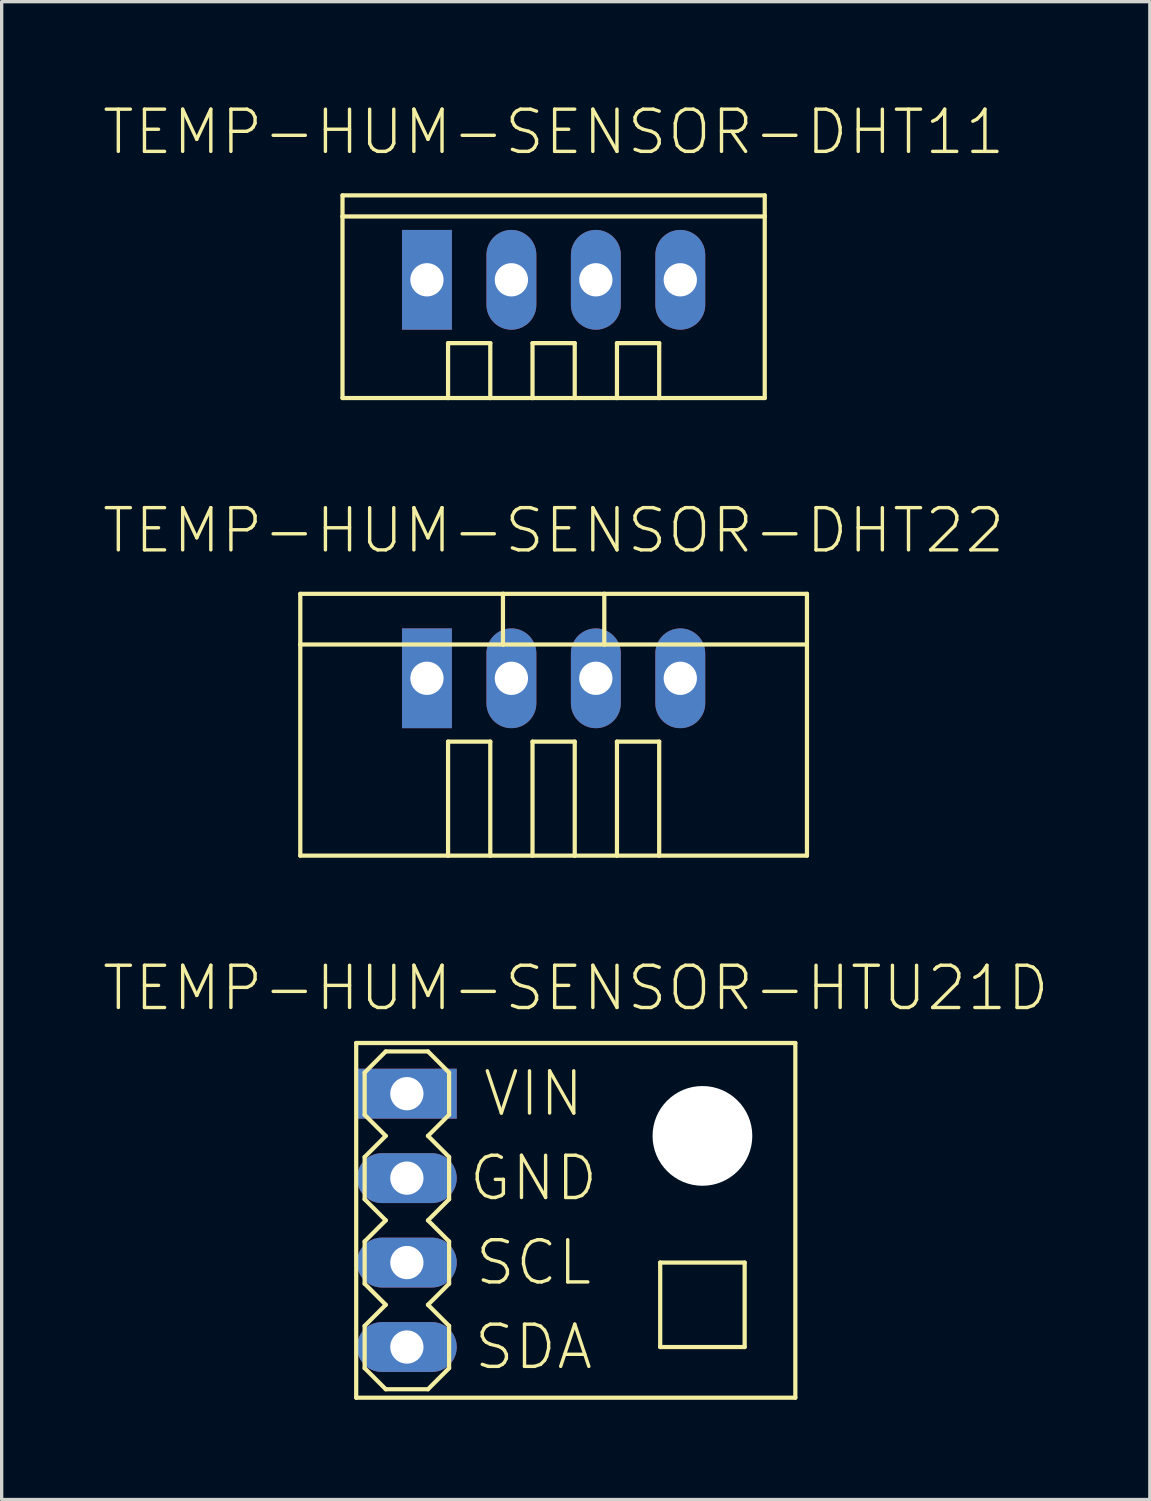
<source format=kicad_pcb>
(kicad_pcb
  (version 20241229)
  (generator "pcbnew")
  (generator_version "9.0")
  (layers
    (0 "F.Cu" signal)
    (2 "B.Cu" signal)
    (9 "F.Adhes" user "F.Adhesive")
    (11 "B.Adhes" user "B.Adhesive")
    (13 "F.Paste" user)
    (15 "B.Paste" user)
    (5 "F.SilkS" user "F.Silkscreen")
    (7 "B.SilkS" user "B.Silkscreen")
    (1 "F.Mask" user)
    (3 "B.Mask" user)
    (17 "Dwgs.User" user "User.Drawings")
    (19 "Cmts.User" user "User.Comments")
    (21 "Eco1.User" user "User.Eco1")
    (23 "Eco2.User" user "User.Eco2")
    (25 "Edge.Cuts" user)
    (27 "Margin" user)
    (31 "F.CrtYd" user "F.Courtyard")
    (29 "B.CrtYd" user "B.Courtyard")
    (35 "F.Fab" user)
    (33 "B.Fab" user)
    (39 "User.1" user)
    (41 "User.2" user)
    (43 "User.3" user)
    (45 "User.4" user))
  (footprint "TEMP-HUM-SENSOR-HTU21D"
    (layer "F.Cu")
    (at 14.268 33.656)
    (property "Reference" "TEMP-HUM-SENSOR-HTU21D" (at 0 -6.985 0) (layer "F.SilkS") (effects (font (size 1.27 1.27) (thickness 0.102))))
    (attr exclude_from_pos_files exclude_from_bom)
    (fp_line (start -6.604 -5.334) (end 6.604 -5.334) (stroke (width 0.127) (type solid)) (layer "F.SilkS"))
    (fp_line (start -6.604 5.334) (end -6.604 -5.334) (stroke (width 0.127) (type solid)) (layer "F.SilkS"))
    (fp_line (start -6.35 -4.445) (end -6.35 -3.175) (stroke (width 0.127) (type solid)) (layer "F.SilkS"))
    (fp_line (start -6.35 -4.445) (end -5.715 -5.08) (stroke (width 0.127) (type solid)) (layer "F.SilkS"))
    (fp_line (start -6.35 -3.175) (end -5.715 -2.54) (stroke (width 0.127) (type solid)) (layer "F.SilkS"))
    (fp_line (start -6.35 -1.905) (end -6.35 -0.635) (stroke (width 0.127) (type solid)) (layer "F.SilkS"))
    (fp_line (start -6.35 -0.635) (end -5.715 0) (stroke (width 0.127) (type solid)) (layer "F.SilkS"))
    (fp_line (start -6.35 0.635) (end -6.35 1.905) (stroke (width 0.127) (type solid)) (layer "F.SilkS"))
    (fp_line (start -6.35 1.905) (end -5.715 2.54) (stroke (width 0.127) (type solid)) (layer "F.SilkS"))
    (fp_line (start -6.35 3.175) (end -6.35 4.445) (stroke (width 0.127) (type solid)) (layer "F.SilkS"))
    (fp_line (start -6.35 4.445) (end -5.715 5.08) (stroke (width 0.127) (type solid)) (layer "F.SilkS"))
    (fp_line (start -5.715 -5.08) (end -4.445 -5.08) (stroke (width 0.127) (type solid)) (layer "F.SilkS"))
    (fp_line (start -5.715 -2.54) (end -6.35 -1.905) (stroke (width 0.127) (type solid)) (layer "F.SilkS"))
    (fp_line (start -5.715 0) (end -6.35 0.635) (stroke (width 0.127) (type solid)) (layer "F.SilkS"))
    (fp_line (start -5.715 2.54) (end -6.35 3.175) (stroke (width 0.127) (type solid)) (layer "F.SilkS"))
    (fp_line (start -5.715 5.08) (end -4.445 5.08) (stroke (width 0.127) (type solid)) (layer "F.SilkS"))
    (fp_line (start -4.445 -5.08) (end -3.81 -4.445) (stroke (width 0.127) (type solid)) (layer "F.SilkS"))
    (fp_line (start -4.445 -2.54) (end -3.81 -1.905) (stroke (width 0.127) (type solid)) (layer "F.SilkS"))
    (fp_line (start -4.445 0) (end -3.81 0.635) (stroke (width 0.127) (type solid)) (layer "F.SilkS"))
    (fp_line (start -4.445 2.54) (end -3.81 3.175) (stroke (width 0.127) (type solid)) (layer "F.SilkS"))
    (fp_line (start -3.81 -4.445) (end -3.81 -3.175) (stroke (width 0.127) (type solid)) (layer "F.SilkS"))
    (fp_line (start -3.81 -3.175) (end -4.445 -2.54) (stroke (width 0.127) (type solid)) (layer "F.SilkS"))
    (fp_line (start -3.81 -1.905) (end -3.81 -0.635) (stroke (width 0.127) (type solid)) (layer "F.SilkS"))
    (fp_line (start -3.81 -0.635) (end -4.445 0) (stroke (width 0.127) (type solid)) (layer "F.SilkS"))
    (fp_line (start -3.81 0.635) (end -3.81 1.905) (stroke (width 0.127) (type solid)) (layer "F.SilkS"))
    (fp_line (start -3.81 1.905) (end -4.445 2.54) (stroke (width 0.127) (type solid)) (layer "F.SilkS"))
    (fp_line (start -3.81 3.175) (end -3.81 4.445) (stroke (width 0.127) (type solid)) (layer "F.SilkS"))
    (fp_line (start -3.81 4.445) (end -4.445 5.08) (stroke (width 0.127) (type solid)) (layer "F.SilkS"))
    (fp_line (start 2.54 1.27) (end 5.08 1.27) (stroke (width 0.127) (type solid)) (layer "F.SilkS"))
    (fp_line (start 2.54 3.81) (end 2.54 1.27) (stroke (width 0.127) (type solid)) (layer "F.SilkS"))
    (fp_line (start 5.08 1.27) (end 5.08 3.81) (stroke (width 0.127) (type solid)) (layer "F.SilkS"))
    (fp_line (start 5.08 3.81) (end 2.54 3.81) (stroke (width 0.127) (type solid)) (layer "F.SilkS"))
    (fp_line (start 6.604 -5.334) (end 6.604 5.334) (stroke (width 0.127) (type solid)) (layer "F.SilkS"))
    (fp_line (start 6.604 5.334) (end -6.604 5.334) (stroke (width 0.127) (type solid)) (layer "F.SilkS"))
    (fp_text user "SDA" (at -1.27 3.81 0) (layer "F.SilkS") (effects (font (size 1.27 1.27) (thickness 0.102))))
    (fp_text user "SCL" (at -1.27 1.27 0) (layer "F.SilkS") (effects (font (size 1.27 1.27) (thickness 0.102))))
    (fp_text user "VIN" (at -1.27 -3.81 0) (layer "F.SilkS") (effects (font (size 1.27 1.27) (thickness 0.102))))
    (fp_text user "GND" (at -1.27 -1.27 0) (layer "F.SilkS") (effects (font (size 1.27 1.27) (thickness 0.102))))
    (pad "" np_thru_hole circle (at 3.81 -2.54) (size 3 3) (drill 3) (layers "*.Cu" "*.Mask"))
    (pad "1" thru_hole rect (at -5.08 -3.81) (size 3 1.5) (drill 1) (layers "*.Cu" "*.Mask"))
    (pad "2" thru_hole oval (at -5.08 -1.27) (size 3 1.5) (drill 1) (layers "*.Cu" "*.Mask"))
    (pad "3" thru_hole oval (at -5.08 1.27) (size 3 1.5) (drill 1) (layers "*.Cu" "*.Mask"))
    (pad "4" thru_hole oval (at -5.08 3.81) (size 3 1.5) (drill 1) (layers "*.Cu" "*.Mask")))
  (footprint "TEMP-HUM-SENSOR-DHT11"
    (layer "F.Cu")
    (at 13.602 5.366)
    (property "Reference" "TEMP-HUM-SENSOR-DHT11" (at 0 -4.445 0) (layer "F.SilkS") (effects (font (size 1.27 1.27) (thickness 0.102))))
    (attr through_hole exclude_from_pos_files exclude_from_bom)
    (fp_line (start -6.35 -2.54) (end 6.35 -2.54) (stroke (width 0.127) (type solid)) (layer "F.SilkS"))
    (fp_line (start -6.35 -1.905) (end -6.35 -2.54) (stroke (width 0.127) (type solid)) (layer "F.SilkS"))
    (fp_line (start -6.35 -1.905) (end 6.35 -1.905) (stroke (width 0.127) (type solid)) (layer "F.SilkS"))
    (fp_line (start -6.35 3.556) (end -6.35 -1.905) (stroke (width 0.127) (type solid)) (layer "F.SilkS"))
    (fp_line (start -3.175 1.905) (end -1.905 1.905) (stroke (width 0.127) (type solid)) (layer "F.SilkS"))
    (fp_line (start -3.175 3.556) (end -6.35 3.556) (stroke (width 0.127) (type solid)) (layer "F.SilkS"))
    (fp_line (start -3.175 3.556) (end -3.175 1.905) (stroke (width 0.127) (type solid)) (layer "F.SilkS"))
    (fp_line (start -1.905 1.905) (end -1.905 3.556) (stroke (width 0.127) (type solid)) (layer "F.SilkS"))
    (fp_line (start -1.905 3.556) (end -3.175 3.556) (stroke (width 0.127) (type solid)) (layer "F.SilkS"))
    (fp_line (start -0.635 1.905) (end 0.635 1.905) (stroke (width 0.127) (type solid)) (layer "F.SilkS"))
    (fp_line (start -0.635 3.556) (end -1.905 3.556) (stroke (width 0.127) (type solid)) (layer "F.SilkS"))
    (fp_line (start -0.635 3.556) (end -0.635 1.905) (stroke (width 0.127) (type solid)) (layer "F.SilkS"))
    (fp_line (start 0.635 1.905) (end 0.635 3.556) (stroke (width 0.127) (type solid)) (layer "F.SilkS"))
    (fp_line (start 0.635 3.556) (end -0.635 3.556) (stroke (width 0.127) (type solid)) (layer "F.SilkS"))
    (fp_line (start 1.905 1.905) (end 3.175 1.905) (stroke (width 0.127) (type solid)) (layer "F.SilkS"))
    (fp_line (start 1.905 3.556) (end 0.635 3.556) (stroke (width 0.127) (type solid)) (layer "F.SilkS"))
    (fp_line (start 1.905 3.556) (end 1.905 1.905) (stroke (width 0.127) (type solid)) (layer "F.SilkS"))
    (fp_line (start 3.175 1.905) (end 3.175 3.556) (stroke (width 0.127) (type solid)) (layer "F.SilkS"))
    (fp_line (start 3.175 3.556) (end 1.905 3.556) (stroke (width 0.127) (type solid)) (layer "F.SilkS"))
    (fp_line (start 6.35 -2.54) (end 6.35 -1.905) (stroke (width 0.127) (type solid)) (layer "F.SilkS"))
    (fp_line (start 6.35 -1.905) (end 6.35 3.556) (stroke (width 0.127) (type solid)) (layer "F.SilkS"))
    (fp_line (start 6.35 3.556) (end 3.175 3.556) (stroke (width 0.127) (type solid)) (layer "F.SilkS"))
    (pad "1" thru_hole rect (at -3.81 0) (size 1.5 3) (drill 1) (layers "*.Cu" "*.Mask"))
    (pad "2" thru_hole oval (at -1.27 0) (size 1.5 3) (drill 1) (layers "*.Cu" "*.Mask"))
    (pad "3" thru_hole oval (at 1.27 0) (size 1.5 3) (drill 1) (layers "*.Cu" "*.Mask"))
    (pad "4" thru_hole oval (at 3.81 0) (size 1.5 3) (drill 1) (layers "*.Cu" "*.Mask")))
  (footprint "TEMP-HUM-SENSOR-DHT22"
    (layer "F.Cu")
    (at 13.602 17.352)
    (property "Reference" "TEMP-HUM-SENSOR-DHT22" (at 0 -4.445 0) (layer "F.SilkS") (effects (font (size 1.27 1.27) (thickness 0.102))))
    (attr through_hole exclude_from_pos_files exclude_from_bom)
    (fp_line (start -7.62 -2.54) (end -1.524 -2.54) (stroke (width 0.127) (type solid)) (layer "F.SilkS"))
    (fp_line (start -7.62 -1.016) (end -7.62 -2.54) (stroke (width 0.127) (type solid)) (layer "F.SilkS"))
    (fp_line (start -7.62 -1.016) (end -1.524 -1.016) (stroke (width 0.127) (type solid)) (layer "F.SilkS"))
    (fp_line (start -7.62 5.334) (end -7.62 -1.016) (stroke (width 0.127) (type solid)) (layer "F.SilkS"))
    (fp_line (start -3.175 1.905) (end -1.905 1.905) (stroke (width 0.127) (type solid)) (layer "F.SilkS"))
    (fp_line (start -3.175 5.334) (end -7.62 5.334) (stroke (width 0.127) (type solid)) (layer "F.SilkS"))
    (fp_line (start -3.175 5.334) (end -3.175 1.905) (stroke (width 0.127) (type solid)) (layer "F.SilkS"))
    (fp_line (start -1.905 1.905) (end -1.905 5.334) (stroke (width 0.127) (type solid)) (layer "F.SilkS"))
    (fp_line (start -1.905 5.334) (end -3.175 5.334) (stroke (width 0.127) (type solid)) (layer "F.SilkS"))
    (fp_line (start -1.524 -2.54) (end 1.524 -2.54) (stroke (width 0.127) (type solid)) (layer "F.SilkS"))
    (fp_line (start -1.524 -1.016) (end -1.524 -2.54) (stroke (width 0.127) (type solid)) (layer "F.SilkS"))
    (fp_line (start -1.524 -1.016) (end 1.524 -1.016) (stroke (width 0.127) (type solid)) (layer "F.SilkS"))
    (fp_line (start -0.635 1.905) (end 0.635 1.905) (stroke (width 0.127) (type solid)) (layer "F.SilkS"))
    (fp_line (start -0.635 5.334) (end -1.905 5.334) (stroke (width 0.127) (type solid)) (layer "F.SilkS"))
    (fp_line (start -0.635 5.334) (end -0.635 1.905) (stroke (width 0.127) (type solid)) (layer "F.SilkS"))
    (fp_line (start 0.635 1.905) (end 0.635 5.334) (stroke (width 0.127) (type solid)) (layer "F.SilkS"))
    (fp_line (start 0.635 5.334) (end -0.635 5.334) (stroke (width 0.127) (type solid)) (layer "F.SilkS"))
    (fp_line (start 1.524 -2.54) (end 7.62 -2.54) (stroke (width 0.127) (type solid)) (layer "F.SilkS"))
    (fp_line (start 1.524 -1.016) (end 1.524 -2.54) (stroke (width 0.127) (type solid)) (layer "F.SilkS"))
    (fp_line (start 1.524 -1.016) (end 7.62 -1.016) (stroke (width 0.127) (type solid)) (layer "F.SilkS"))
    (fp_line (start 1.905 1.905) (end 3.175 1.905) (stroke (width 0.127) (type solid)) (layer "F.SilkS"))
    (fp_line (start 1.905 5.334) (end 0.635 5.334) (stroke (width 0.127) (type solid)) (layer "F.SilkS"))
    (fp_line (start 1.905 5.334) (end 1.905 1.905) (stroke (width 0.127) (type solid)) (layer "F.SilkS"))
    (fp_line (start 3.175 1.905) (end 3.175 5.334) (stroke (width 0.127) (type solid)) (layer "F.SilkS"))
    (fp_line (start 3.175 5.334) (end 1.905 5.334) (stroke (width 0.127) (type solid)) (layer "F.SilkS"))
    (fp_line (start 7.62 -2.54) (end 7.62 -1.016) (stroke (width 0.127) (type solid)) (layer "F.SilkS"))
    (fp_line (start 7.62 -1.016) (end 7.62 5.334) (stroke (width 0.127) (type solid)) (layer "F.SilkS"))
    (fp_line (start 7.62 5.334) (end 3.175 5.334) (stroke (width 0.127) (type solid)) (layer "F.SilkS"))
    (pad "1" thru_hole rect (at -3.81 0) (size 1.5 3) (drill 1) (layers "*.Cu" "*.Mask"))
    (pad "2" thru_hole oval (at -1.27 0) (size 1.5 3) (drill 1) (layers "*.Cu" "*.Mask"))
    (pad "3" thru_hole oval (at 1.27 0) (size 1.5 3) (drill 1) (layers "*.Cu" "*.Mask"))
    (pad "4" thru_hole oval (at 3.81 0) (size 1.5 3) (drill 1) (layers "*.Cu" "*.Mask")))
  (gr_rect
    (start -3 -3)
    (end 31.535 42.053)
    (stroke (width 0.1) (type default))
    (fill no)
    (layer "Edge.Cuts")))
</source>
